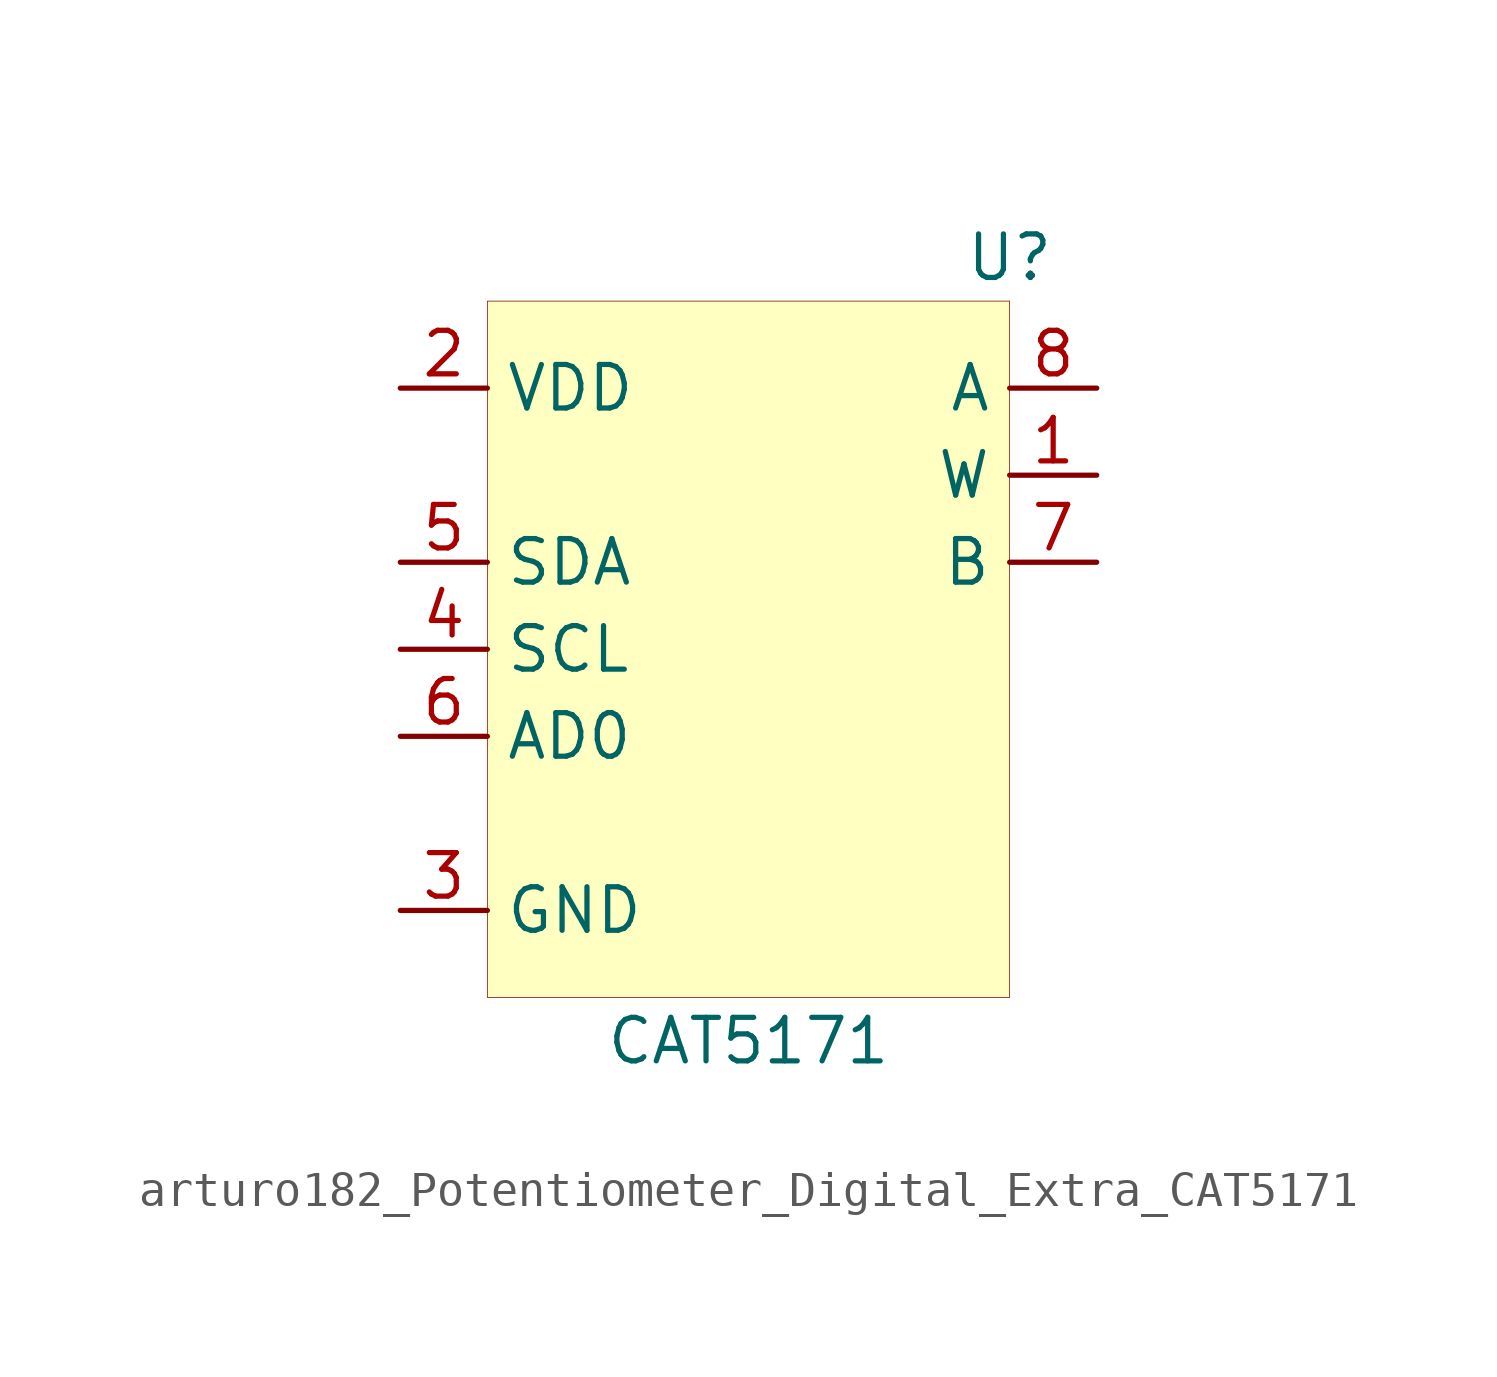
<source format=kicad_sym>
(kicad_symbol_lib
  (version 20220914)
  (generator kicad_symbol_editor)
  (symbol "Potentiometer_Digital_Extra:arturo182_Potentiometer_Digital_Extra_CAT5171"
    (property "Reference" "U"
      (at 7.62 11.43 0)
      (effects (font (size 1.27 1.27))))
    (property "Value" "CAT5171"
      (at 0 -11.43 0)
      (effects (font (size 1.27 1.27))))
    (symbol "arturo182_Potentiometer_Digital_Extra_CAT5171_0_1"
      (rectangle (start -7.62 10.16) (end 7.62 -10.16) (stroke (width 0.001)) (fill (type background))))
    (symbol "arturo182_Potentiometer_Digital_Extra_CAT5171_0_0"
      (pin passive line (at 10.16 5.08 180) (length 2.54) (name "W" (effects (font (size 1.27 1.27)))) (number "1" (effects (font (size 1.27 1.27)))))
      (pin power_in line (at -10.16 7.62 0) (length 2.54) (name "VDD" (effects (font (size 1.27 1.27)))) (number "2" (effects (font (size 1.27 1.27)))))
      (pin power_in line (at -10.16 -7.62 0) (length 2.54) (name "GND" (effects (font (size 1.27 1.27)))) (number "3" (effects (font (size 1.27 1.27)))))
      (pin input line (at -10.16 0 0) (length 2.54) (name "SCL" (effects (font (size 1.27 1.27)))) (number "4" (effects (font (size 1.27 1.27)))))
      (pin bidirectional line (at -10.16 2.54 0) (length 2.54) (name "SDA" (effects (font (size 1.27 1.27)))) (number "5" (effects (font (size 1.27 1.27)))))
      (pin input line (at -10.16 -2.54 0) (length 2.54) (name "AD0" (effects (font (size 1.27 1.27)))) (number "6" (effects (font (size 1.27 1.27)))))
      (pin passive line (at 10.16 2.54 180) (length 2.54) (name "B" (effects (font (size 1.27 1.27)))) (number "7" (effects (font (size 1.27 1.27)))))
      (pin passive line (at 10.16 7.62 180) (length 2.54) (name "A" (effects (font (size 1.27 1.27)))) (number "8" (effects (font (size 1.27 1.27))))))))
</source>
